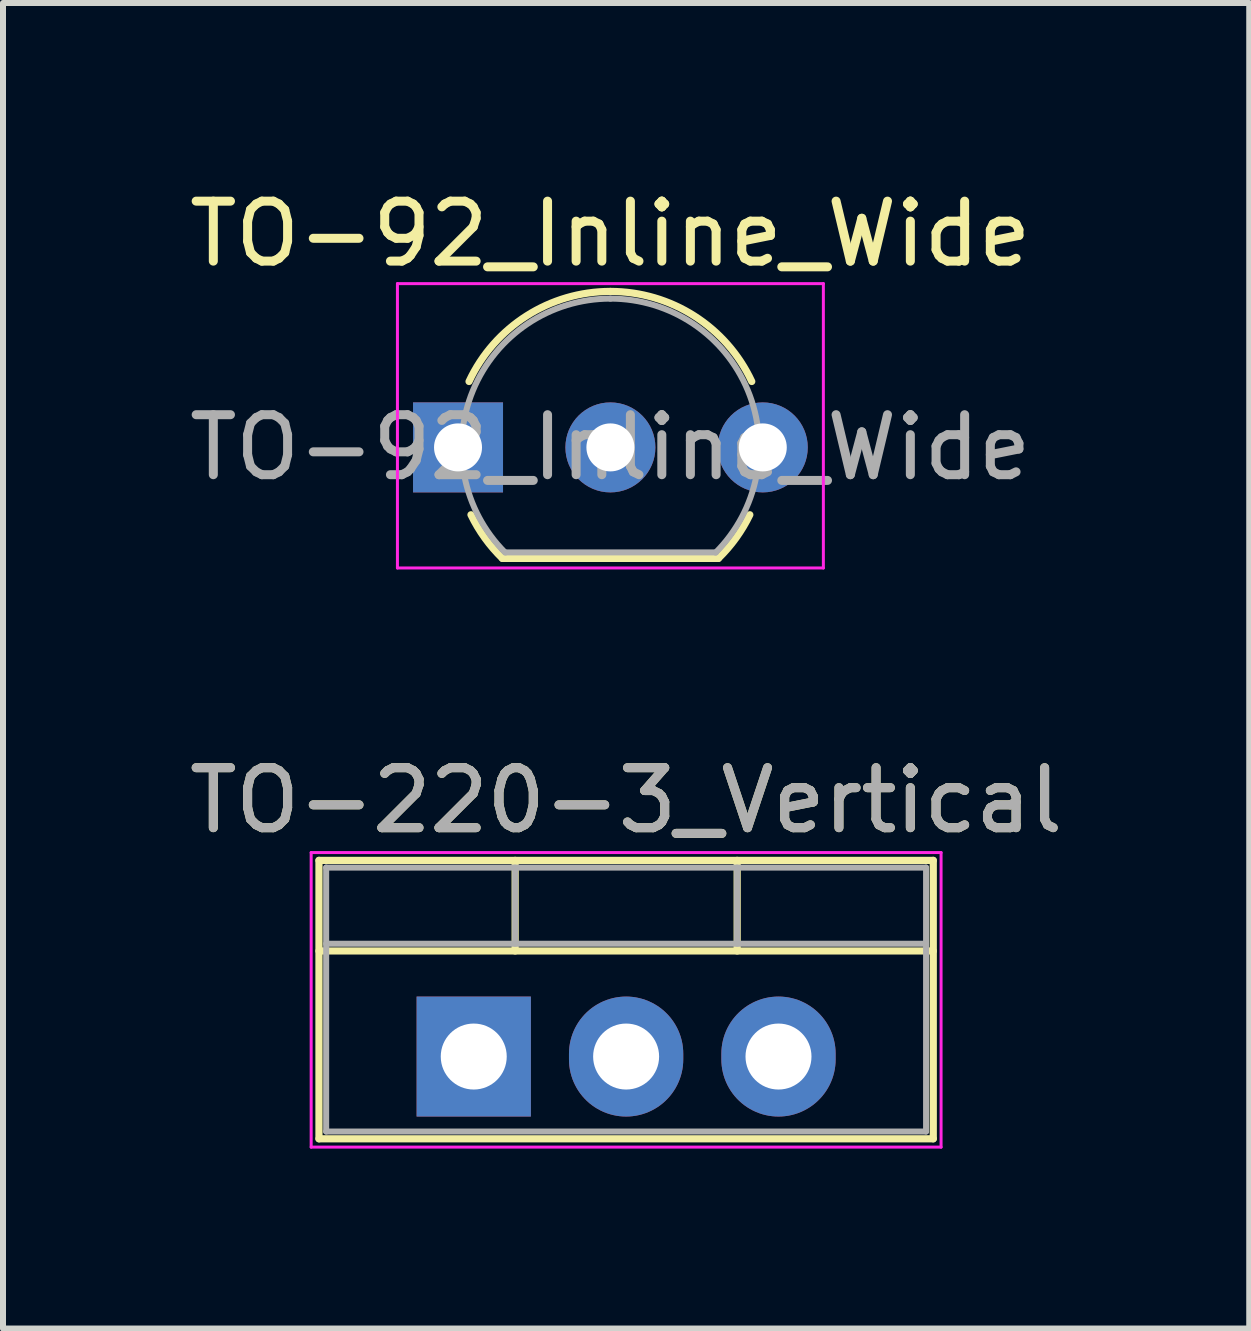
<source format=kicad_pcb>
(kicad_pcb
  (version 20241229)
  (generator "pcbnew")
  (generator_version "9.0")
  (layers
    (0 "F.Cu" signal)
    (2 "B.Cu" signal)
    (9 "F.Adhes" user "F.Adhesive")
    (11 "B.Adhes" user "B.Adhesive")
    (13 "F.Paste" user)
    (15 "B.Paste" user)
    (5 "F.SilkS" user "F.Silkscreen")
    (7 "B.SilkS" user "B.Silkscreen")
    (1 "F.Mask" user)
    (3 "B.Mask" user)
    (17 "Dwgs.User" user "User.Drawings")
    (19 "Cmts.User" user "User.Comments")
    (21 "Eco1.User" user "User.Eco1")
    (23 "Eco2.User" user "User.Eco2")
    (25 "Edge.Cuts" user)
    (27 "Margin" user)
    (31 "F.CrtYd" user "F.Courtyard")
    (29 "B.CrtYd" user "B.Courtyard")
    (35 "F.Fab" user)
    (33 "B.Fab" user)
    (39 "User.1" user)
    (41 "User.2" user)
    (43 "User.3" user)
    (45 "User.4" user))
  (footprint "TO-220-3_Vertical"
    (layer "F.Cu")
    (at 4.847 14.562)
    (property "Reference" "TO-220-3_Vertical" (at 2.54 -4.27 0) (layer "F.SilkS") (effects (font (size 1 1) (thickness 0.15))))
    (attr through_hole)
    (fp_line (start -2.58 -3.27) (end -2.58 1.371) (stroke (width 0.12) (type solid)) (layer "F.SilkS"))
    (fp_line (start -2.58 -3.27) (end 7.66 -3.27) (stroke (width 0.12) (type solid)) (layer "F.SilkS"))
    (fp_line (start -2.58 -1.76) (end 7.66 -1.76) (stroke (width 0.12) (type solid)) (layer "F.SilkS"))
    (fp_line (start -2.58 1.371) (end 7.66 1.371) (stroke (width 0.12) (type solid)) (layer "F.SilkS"))
    (fp_line (start 0.69 -3.27) (end 0.69 -1.76) (stroke (width 0.12) (type solid)) (layer "F.SilkS"))
    (fp_line (start 4.391 -3.27) (end 4.391 -1.76) (stroke (width 0.12) (type solid)) (layer "F.SilkS"))
    (fp_line (start 7.66 -3.27) (end 7.66 1.371) (stroke (width 0.12) (type solid)) (layer "F.SilkS"))
    (fp_line (start -2.71 -3.4) (end -2.71 1.51) (stroke (width 0.05) (type solid)) (layer "F.CrtYd"))
    (fp_line (start -2.71 1.51) (end 7.79 1.51) (stroke (width 0.05) (type solid)) (layer "F.CrtYd"))
    (fp_line (start 7.79 -3.4) (end -2.71 -3.4) (stroke (width 0.05) (type solid)) (layer "F.CrtYd"))
    (fp_line (start 7.79 1.51) (end 7.79 -3.4) (stroke (width 0.05) (type solid)) (layer "F.CrtYd"))
    (fp_line (start -2.46 -3.15) (end -2.46 1.25) (stroke (width 0.1) (type solid)) (layer "F.Fab"))
    (fp_line (start -2.46 -1.88) (end 7.54 -1.88) (stroke (width 0.1) (type solid)) (layer "F.Fab"))
    (fp_line (start -2.46 1.25) (end 7.54 1.25) (stroke (width 0.1) (type solid)) (layer "F.Fab"))
    (fp_line (start 0.69 -3.15) (end 0.69 -1.88) (stroke (width 0.1) (type solid)) (layer "F.Fab"))
    (fp_line (start 4.39 -3.15) (end 4.39 -1.88) (stroke (width 0.1) (type solid)) (layer "F.Fab"))
    (fp_line (start 7.54 -3.15) (end -2.46 -3.15) (stroke (width 0.1) (type solid)) (layer "F.Fab"))
    (fp_line (start 7.54 1.25) (end 7.54 -3.15) (stroke (width 0.1) (type solid)) (layer "F.Fab"))
    (fp_text user "${REFERENCE}" (at 2.54 -4.27 0) (layer "F.Fab") (effects (font (size 1 1) (thickness 0.15))))
    (pad "1" thru_hole rect (at 0 0) (size 1.905 2) (drill 1.1) (layers "*.Cu" "*.Mask"))
    (pad "2" thru_hole oval (at 2.54 0) (size 1.905 2) (drill 1.1) (layers "*.Cu" "*.Mask"))
    (pad "3" thru_hole oval (at 5.08 0) (size 1.905 2) (drill 1.1) (layers "*.Cu" "*.Mask")))
  (footprint "TO-92_Inline_Wide"
    (layer "F.Cu")
    (at 4.585 4.408)
    (property "Reference" "TO-92_Inline_Wide" (at 2.54 -3.56 180) (layer "F.SilkS") (effects (font (size 1 1) (thickness 0.15))))
    (attr through_hole)
    (fp_line (start 0.74 1.85) (end 4.34 1.85) (stroke (width 0.12) (type solid)) (layer "F.SilkS"))
    (fp_arc (start 0.1836 -1.098807) (mid 1.143021 -2.192817) (end 2.54 -2.6) (stroke (width 0.12) (type solid)) (layer "F.SilkS"))
    (fp_arc (start 0.74 1.85) (mid 0.446097 1.509328) (end 0.215816 1.122795) (stroke (width 0.12) (type solid)) (layer "F.SilkS"))
    (fp_arc (start 2.54 -2.6) (mid 3.936979 -2.192818) (end 4.8964 -1.098807) (stroke (width 0.12) (type solid)) (layer "F.SilkS"))
    (fp_arc (start 4.864184 1.122795) (mid 4.633903 1.509328) (end 4.34 1.85) (stroke (width 0.12) (type solid)) (layer "F.SilkS"))
    (fp_line (start -1.01 -2.73) (end -1.01 2.01) (stroke (width 0.05) (type solid)) (layer "F.CrtYd"))
    (fp_line (start -1.01 -2.73) (end 6.09 -2.73) (stroke (width 0.05) (type solid)) (layer "F.CrtYd"))
    (fp_line (start 6.09 2.01) (end -1.01 2.01) (stroke (width 0.05) (type solid)) (layer "F.CrtYd"))
    (fp_line (start 6.09 2.01) (end 6.09 -2.73) (stroke (width 0.05) (type solid)) (layer "F.CrtYd"))
    (fp_line (start 0.8 1.75) (end 4.3 1.75) (stroke (width 0.1) (type solid)) (layer "F.Fab"))
    (fp_arc (start 0.786375 1.753625) (mid 0.248779 -0.949055) (end 2.54 -2.48) (stroke (width 0.1) (type solid)) (layer "F.Fab"))
    (fp_arc (start 2.54 -2.48) (mid 4.831221 -0.949055) (end 4.293625 1.753625) (stroke (width 0.1) (type solid)) (layer "F.Fab"))
    (fp_text user "${REFERENCE}" (at 2.54 0 180) (layer "F.Fab") (effects (font (size 1 1) (thickness 0.15))))
    (pad "1" thru_hole rect (at 0 0) (size 1.5 1.5) (drill 0.8) (layers "*.Cu" "*.Mask"))
    (pad "2" thru_hole circle (at 2.54 0) (size 1.5 1.5) (drill 0.8) (layers "*.Cu" "*.Mask"))
    (pad "3" thru_hole circle (at 5.08 0) (size 1.5 1.5) (drill 0.8) (layers "*.Cu" "*.Mask")))
  (gr_rect
    (start -3 -3)
    (end 17.774 19.096)
    (stroke (width 0.1) (type default))
    (fill no)
    (layer "Edge.Cuts")))
</source>
